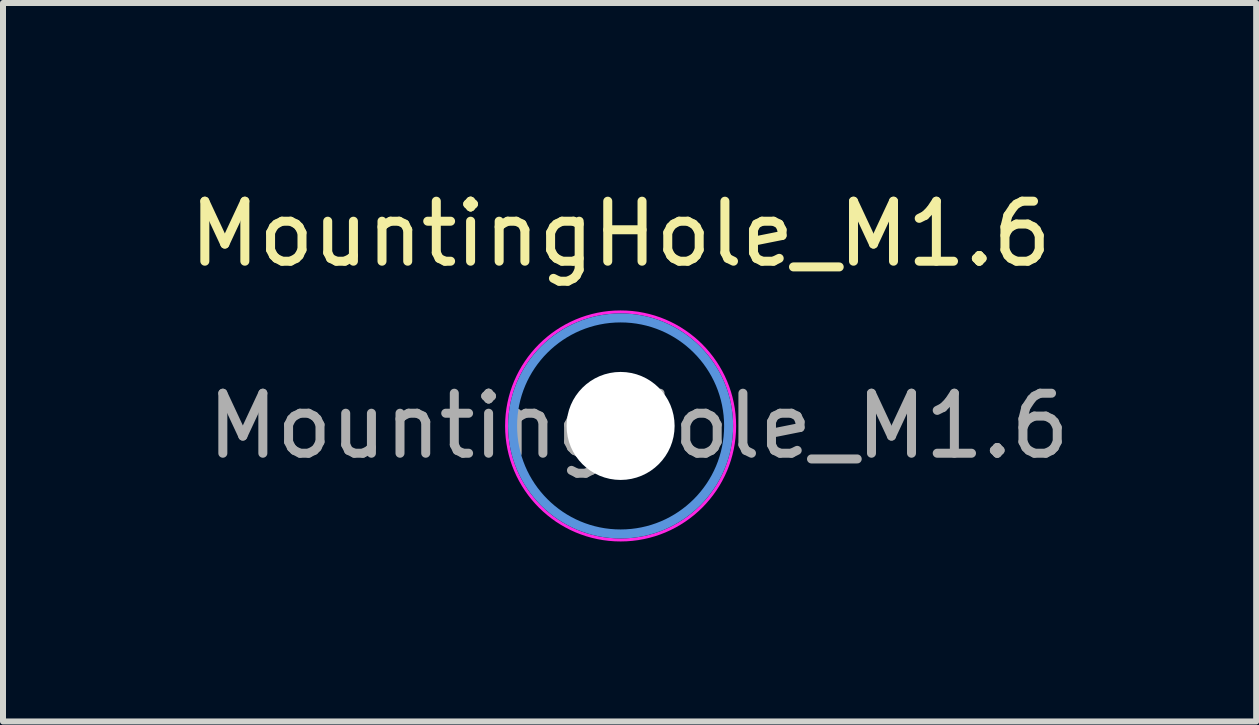
<source format=kicad_pcb>
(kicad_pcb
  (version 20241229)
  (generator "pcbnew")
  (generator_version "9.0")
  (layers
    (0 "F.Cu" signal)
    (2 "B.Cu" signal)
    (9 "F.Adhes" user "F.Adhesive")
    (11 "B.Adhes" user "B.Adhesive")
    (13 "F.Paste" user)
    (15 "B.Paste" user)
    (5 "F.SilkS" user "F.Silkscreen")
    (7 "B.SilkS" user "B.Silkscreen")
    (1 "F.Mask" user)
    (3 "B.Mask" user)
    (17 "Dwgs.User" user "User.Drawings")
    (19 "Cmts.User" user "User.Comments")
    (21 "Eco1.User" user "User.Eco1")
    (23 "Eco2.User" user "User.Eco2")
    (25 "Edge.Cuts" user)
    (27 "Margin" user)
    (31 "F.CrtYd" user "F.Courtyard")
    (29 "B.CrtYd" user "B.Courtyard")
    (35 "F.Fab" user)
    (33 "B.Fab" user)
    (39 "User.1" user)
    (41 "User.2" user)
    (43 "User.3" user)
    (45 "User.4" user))
  (footprint "MountingHole_M1.6"
    (layer "F.Cu")
    (at 7.292 4.048)
    (property "Reference" "MountingHole_M1.6" (at 0 -3.2 0) (layer "F.SilkS") (effects (font (size 1 1) (thickness 0.15))))
    (attr exclude_from_pos_files exclude_from_bom)
    (fp_circle (center 0 0) (end 1.8 0) (stroke (width 0.15) (type solid)) (fill no) (layer "Cmts.User"))
    (fp_circle (center 0 0) (end 1.9 0) (stroke (width 0.05) (type solid)) (fill no) (layer "F.CrtYd"))
    (fp_text user "${REFERENCE}" (at 0.3 0 0) (layer "F.Fab") (effects (font (size 1 1) (thickness 0.15))))
    (pad "" np_thru_hole circle (at 0 0) (size 1.8 1.8) (drill 1.8) (layers "*.Cu" "*.Mask")))
  (gr_rect
    (start -3 -3)
    (end 17.883 8.973)
    (stroke (width 0.1) (type default))
    (fill no)
    (layer "Edge.Cuts")))
</source>
